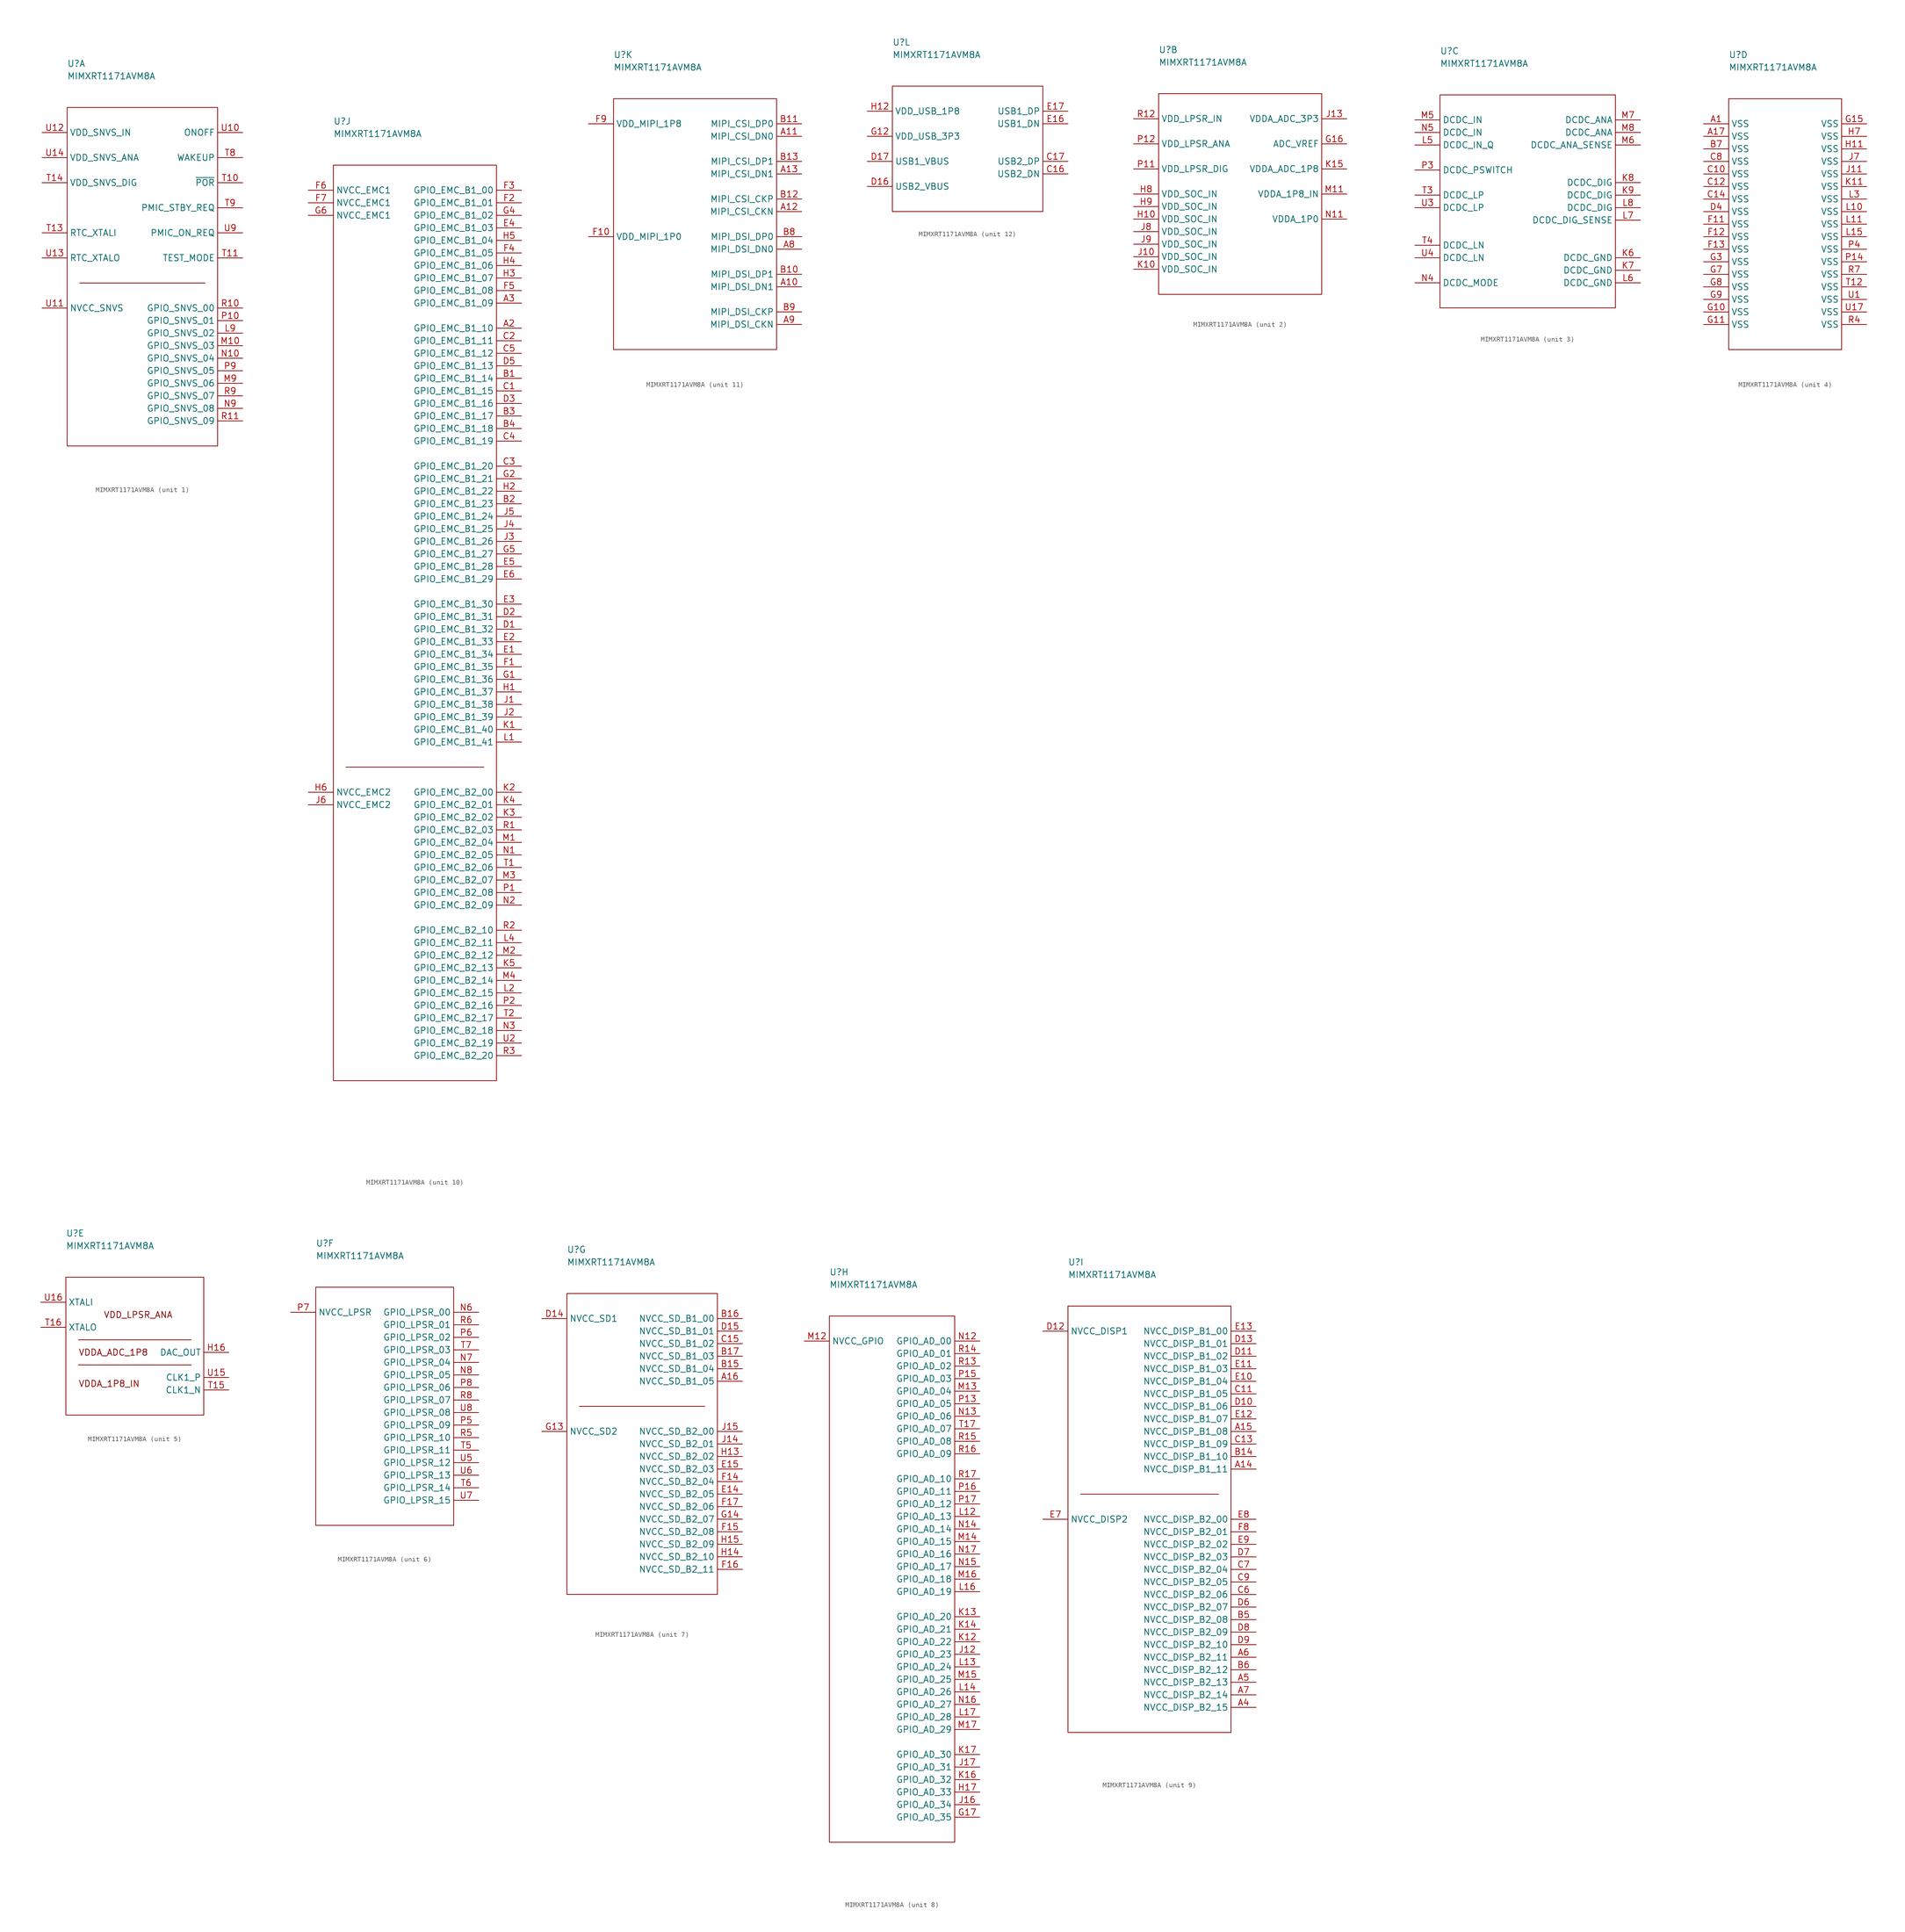
<source format=kicad_sym>
(kicad_symbol_lib
  (version 20211014)
  (generator kicad_symbol_editor)
  (symbol "MIMXRT1171AVM8A"
    (property "Reference" "U"
      (at 0 8.89 0)
      (effects (font (size 1.27 1.27)) (justify left)))
    (property "Value" "MIMXRT1171AVM8A"
      (at 0 6.35 0)
      (effects (font (size 1.27 1.27)) (justify left)))
    (symbol "MIMXRT1171AVM8A_1_1"
      (polyline (pts (xy 2.54 -35.56) (xy 27.94 -35.56)) (stroke (width 0.152) (type default) (color 0 0 0 0)) (fill (type none)))
      (rectangle (start 0 0) (end 30.48 -68.58) (stroke (width 0.152) (type default) (color 0 0 0 0)) (fill (type none)))
      (pin passive line (at 35.56 -45.72 180) (length 5.08) (name "GPIO_SNVS_02" (effects (font (size 1.27 1.27)))) (number "L9" (effects (font (size 1.27 1.27)))))
      (pin passive line (at 35.56 -48.26 180) (length 5.08) (name "GPIO_SNVS_03" (effects (font (size 1.27 1.27)))) (number "M10" (effects (font (size 1.27 1.27)))))
      (pin passive line (at 35.56 -55.88 180) (length 5.08) (name "GPIO_SNVS_06" (effects (font (size 1.27 1.27)))) (number "M9" (effects (font (size 1.27 1.27)))))
      (pin passive line (at 35.56 -50.8 180) (length 5.08) (name "GPIO_SNVS_04" (effects (font (size 1.27 1.27)))) (number "N10" (effects (font (size 1.27 1.27)))))
      (pin passive line (at 35.56 -60.96 180) (length 5.08) (name "GPIO_SNVS_08" (effects (font (size 1.27 1.27)))) (number "N9" (effects (font (size 1.27 1.27)))))
      (pin passive line (at 35.56 -43.18 180) (length 5.08) (name "GPIO_SNVS_01" (effects (font (size 1.27 1.27)))) (number "P10" (effects (font (size 1.27 1.27)))))
      (pin passive line (at 35.56 -53.34 180) (length 5.08) (name "GPIO_SNVS_05" (effects (font (size 1.27 1.27)))) (number "P9" (effects (font (size 1.27 1.27)))))
      (pin passive line (at 35.56 -40.64 180) (length 5.08) (name "GPIO_SNVS_00" (effects (font (size 1.27 1.27)))) (number "R10" (effects (font (size 1.27 1.27)))))
      (pin passive line (at 35.56 -63.5 180) (length 5.08) (name "GPIO_SNVS_09" (effects (font (size 1.27 1.27)))) (number "R11" (effects (font (size 1.27 1.27)))))
      (pin passive line (at 35.56 -58.42 180) (length 5.08) (name "GPIO_SNVS_07" (effects (font (size 1.27 1.27)))) (number "R9" (effects (font (size 1.27 1.27)))))
      (pin passive line (at 35.56 -15.24 180) (length 5.08) (name "~{POR}" (effects (font (size 1.27 1.27)))) (number "T10" (effects (font (size 1.27 1.27)))))
      (pin passive line (at 35.56 -30.48 180) (length 5.08) (name "TEST_MODE" (effects (font (size 1.27 1.27)))) (number "T11" (effects (font (size 1.27 1.27)))))
      (pin passive line (at -5.08 -25.4 0) (length 5.08) (name "RTC_XTALI" (effects (font (size 1.27 1.27)))) (number "T13" (effects (font (size 1.27 1.27)))))
      (pin passive line (at -5.08 -15.24 0) (length 5.08) (name "VDD_SNVS_DIG" (effects (font (size 1.27 1.27)))) (number "T14" (effects (font (size 1.27 1.27)))))
      (pin passive line (at 35.56 -10.16 180) (length 5.08) (name "WAKEUP" (effects (font (size 1.27 1.27)))) (number "T8" (effects (font (size 1.27 1.27)))))
      (pin passive line (at 35.56 -20.32 180) (length 5.08) (name "PMIC_STBY_REQ" (effects (font (size 1.27 1.27)))) (number "T9" (effects (font (size 1.27 1.27)))))
      (pin passive line (at 35.56 -5.08 180) (length 5.08) (name "ONOFF" (effects (font (size 1.27 1.27)))) (number "U10" (effects (font (size 1.27 1.27)))))
      (pin passive line (at -5.08 -40.64 0) (length 5.08) (name "NVCC_SNVS" (effects (font (size 1.27 1.27)))) (number "U11" (effects (font (size 1.27 1.27)))))
      (pin passive line (at -5.08 -5.08 0) (length 5.08) (name "VDD_SNVS_IN" (effects (font (size 1.27 1.27)))) (number "U12" (effects (font (size 1.27 1.27)))))
      (pin passive line (at -5.08 -30.48 0) (length 5.08) (name "RTC_XTALO" (effects (font (size 1.27 1.27)))) (number "U13" (effects (font (size 1.27 1.27)))))
      (pin passive line (at -5.08 -10.16 0) (length 5.08) (name "VDD_SNVS_ANA" (effects (font (size 1.27 1.27)))) (number "U14" (effects (font (size 1.27 1.27)))))
      (pin passive line (at 35.56 -25.4 180) (length 5.08) (name "PMIC_ON_REQ" (effects (font (size 1.27 1.27)))) (number "U9" (effects (font (size 1.27 1.27))))))
    (symbol "MIMXRT1171AVM8A_2_1"
      (rectangle (start 0 0) (end 33.02 -40.64) (stroke (width 0.152) (type default) (color 0 0 0 0)) (fill (type none)))
      (pin passive line (at 38.1 -10.16 180) (length 5.08) (name "ADC_VREF" (effects (font (size 1.27 1.27)))) (number "G16" (effects (font (size 1.27 1.27)))))
      (pin passive line (at -5.08 -25.4 0) (length 5.08) (name "VDD_SOC_IN" (effects (font (size 1.27 1.27)))) (number "H10" (effects (font (size 1.27 1.27)))))
      (pin passive line (at -5.08 -20.32 0) (length 5.08) (name "VDD_SOC_IN" (effects (font (size 1.27 1.27)))) (number "H8" (effects (font (size 1.27 1.27)))))
      (pin passive line (at -5.08 -22.86 0) (length 5.08) (name "VDD_SOC_IN" (effects (font (size 1.27 1.27)))) (number "H9" (effects (font (size 1.27 1.27)))))
      (pin passive line (at -5.08 -33.02 0) (length 5.08) (name "VDD_SOC_IN" (effects (font (size 1.27 1.27)))) (number "J10" (effects (font (size 1.27 1.27)))))
      (pin passive line (at 38.1 -5.08 180) (length 5.08) (name "VDDA_ADC_3P3" (effects (font (size 1.27 1.27)))) (number "J13" (effects (font (size 1.27 1.27)))))
      (pin passive line (at -5.08 -27.94 0) (length 5.08) (name "VDD_SOC_IN" (effects (font (size 1.27 1.27)))) (number "J8" (effects (font (size 1.27 1.27)))))
      (pin passive line (at -5.08 -30.48 0) (length 5.08) (name "VDD_SOC_IN" (effects (font (size 1.27 1.27)))) (number "J9" (effects (font (size 1.27 1.27)))))
      (pin passive line (at -5.08 -35.56 0) (length 5.08) (name "VDD_SOC_IN" (effects (font (size 1.27 1.27)))) (number "K10" (effects (font (size 1.27 1.27)))))
      (pin passive line (at 38.1 -15.24 180) (length 5.08) (name "VDDA_ADC_1P8" (effects (font (size 1.27 1.27)))) (number "K15" (effects (font (size 1.27 1.27)))))
      (pin passive line (at 38.1 -20.32 180) (length 5.08) (name "VDDA_1P8_IN" (effects (font (size 1.27 1.27)))) (number "M11" (effects (font (size 1.27 1.27)))))
      (pin passive line (at 38.1 -25.4 180) (length 5.08) (name "VDDA_1P0" (effects (font (size 1.27 1.27)))) (number "N11" (effects (font (size 1.27 1.27)))))
      (pin passive line (at -5.08 -15.24 0) (length 5.08) (name "VDD_LPSR_DIG" (effects (font (size 1.27 1.27)))) (number "P11" (effects (font (size 1.27 1.27)))))
      (pin passive line (at -5.08 -10.16 0) (length 5.08) (name "VDD_LPSR_ANA" (effects (font (size 1.27 1.27)))) (number "P12" (effects (font (size 1.27 1.27)))))
      (pin passive line (at -5.08 -5.08 0) (length 5.08) (name "VDD_LPSR_IN" (effects (font (size 1.27 1.27)))) (number "R12" (effects (font (size 1.27 1.27))))))
    (symbol "MIMXRT1171AVM8A_3_1"
      (rectangle (start 0 0) (end 35.56 -43.18) (stroke (width 0.152) (type default) (color 0 0 0 0)) (fill (type none)))
      (pin passive line (at 40.64 -33.02 180) (length 5.08) (name "DCDC_GND" (effects (font (size 1.27 1.27)))) (number "K6" (effects (font (size 1.27 1.27)))))
      (pin passive line (at 40.64 -35.56 180) (length 5.08) (name "DCDC_GND" (effects (font (size 1.27 1.27)))) (number "K7" (effects (font (size 1.27 1.27)))))
      (pin passive line (at 40.64 -17.78 180) (length 5.08) (name "DCDC_DIG" (effects (font (size 1.27 1.27)))) (number "K8" (effects (font (size 1.27 1.27)))))
      (pin passive line (at 40.64 -20.32 180) (length 5.08) (name "DCDC_DIG" (effects (font (size 1.27 1.27)))) (number "K9" (effects (font (size 1.27 1.27)))))
      (pin passive line (at -5.08 -10.16 0) (length 5.08) (name "DCDC_IN_Q" (effects (font (size 1.27 1.27)))) (number "L5" (effects (font (size 1.27 1.27)))))
      (pin passive line (at 40.64 -38.1 180) (length 5.08) (name "DCDC_GND" (effects (font (size 1.27 1.27)))) (number "L6" (effects (font (size 1.27 1.27)))))
      (pin passive line (at 40.64 -25.4 180) (length 5.08) (name "DCDC_DIG_SENSE" (effects (font (size 1.27 1.27)))) (number "L7" (effects (font (size 1.27 1.27)))))
      (pin passive line (at 40.64 -22.86 180) (length 5.08) (name "DCDC_DIG" (effects (font (size 1.27 1.27)))) (number "L8" (effects (font (size 1.27 1.27)))))
      (pin passive line (at -5.08 -5.08 0) (length 5.08) (name "DCDC_IN" (effects (font (size 1.27 1.27)))) (number "M5" (effects (font (size 1.27 1.27)))))
      (pin passive line (at 40.64 -10.16 180) (length 5.08) (name "DCDC_ANA_SENSE" (effects (font (size 1.27 1.27)))) (number "M6" (effects (font (size 1.27 1.27)))))
      (pin passive line (at 40.64 -5.08 180) (length 5.08) (name "DCDC_ANA" (effects (font (size 1.27 1.27)))) (number "M7" (effects (font (size 1.27 1.27)))))
      (pin passive line (at 40.64 -7.62 180) (length 5.08) (name "DCDC_ANA" (effects (font (size 1.27 1.27)))) (number "M8" (effects (font (size 1.27 1.27)))))
      (pin passive line (at -5.08 -38.1 0) (length 5.08) (name "DCDC_MODE" (effects (font (size 1.27 1.27)))) (number "N4" (effects (font (size 1.27 1.27)))))
      (pin passive line (at -5.08 -7.62 0) (length 5.08) (name "DCDC_IN" (effects (font (size 1.27 1.27)))) (number "N5" (effects (font (size 1.27 1.27)))))
      (pin passive line (at -5.08 -15.24 0) (length 5.08) (name "DCDC_PSWITCH" (effects (font (size 1.27 1.27)))) (number "P3" (effects (font (size 1.27 1.27)))))
      (pin passive line (at -5.08 -20.32 0) (length 5.08) (name "DCDC_LP" (effects (font (size 1.27 1.27)))) (number "T3" (effects (font (size 1.27 1.27)))))
      (pin passive line (at -5.08 -30.48 0) (length 5.08) (name "DCDC_LN" (effects (font (size 1.27 1.27)))) (number "T4" (effects (font (size 1.27 1.27)))))
      (pin passive line (at -5.08 -22.86 0) (length 5.08) (name "DCDC_LP" (effects (font (size 1.27 1.27)))) (number "U3" (effects (font (size 1.27 1.27)))))
      (pin passive line (at -5.08 -33.02 0) (length 5.08) (name "DCDC_LN" (effects (font (size 1.27 1.27)))) (number "U4" (effects (font (size 1.27 1.27))))))
    (symbol "MIMXRT1171AVM8A_4_1"
      (rectangle (start 0 0) (end 22.86 -50.8) (stroke (width 0.152) (type default) (color 0 0 0 0)) (fill (type none)))
      (pin passive line (at -5.08 -5.08 0) (length 5.08) (name "VSS" (effects (font (size 1.27 1.27)))) (number "A1" (effects (font (size 1.27 1.27)))))
      (pin passive line (at -5.08 -7.62 0) (length 5.08) (name "VSS" (effects (font (size 1.27 1.27)))) (number "A17" (effects (font (size 1.27 1.27)))))
      (pin passive line (at -5.08 -10.16 0) (length 5.08) (name "VSS" (effects (font (size 1.27 1.27)))) (number "B7" (effects (font (size 1.27 1.27)))))
      (pin passive line (at -5.08 -15.24 0) (length 5.08) (name "VSS" (effects (font (size 1.27 1.27)))) (number "C10" (effects (font (size 1.27 1.27)))))
      (pin passive line (at -5.08 -17.78 0) (length 5.08) (name "VSS" (effects (font (size 1.27 1.27)))) (number "C12" (effects (font (size 1.27 1.27)))))
      (pin passive line (at -5.08 -20.32 0) (length 5.08) (name "VSS" (effects (font (size 1.27 1.27)))) (number "C14" (effects (font (size 1.27 1.27)))))
      (pin passive line (at -5.08 -12.7 0) (length 5.08) (name "VSS" (effects (font (size 1.27 1.27)))) (number "C8" (effects (font (size 1.27 1.27)))))
      (pin passive line (at -5.08 -22.86 0) (length 5.08) (name "VSS" (effects (font (size 1.27 1.27)))) (number "D4" (effects (font (size 1.27 1.27)))))
      (pin passive line (at -5.08 -25.4 0) (length 5.08) (name "VSS" (effects (font (size 1.27 1.27)))) (number "F11" (effects (font (size 1.27 1.27)))))
      (pin passive line (at -5.08 -27.94 0) (length 5.08) (name "VSS" (effects (font (size 1.27 1.27)))) (number "F12" (effects (font (size 1.27 1.27)))))
      (pin passive line (at -5.08 -30.48 0) (length 5.08) (name "VSS" (effects (font (size 1.27 1.27)))) (number "F13" (effects (font (size 1.27 1.27)))))
      (pin passive line (at -5.08 -43.18 0) (length 5.08) (name "VSS" (effects (font (size 1.27 1.27)))) (number "G10" (effects (font (size 1.27 1.27)))))
      (pin passive line (at -5.08 -45.72 0) (length 5.08) (name "VSS" (effects (font (size 1.27 1.27)))) (number "G11" (effects (font (size 1.27 1.27)))))
      (pin passive line (at 27.94 -5.08 180) (length 5.08) (name "VSS" (effects (font (size 1.27 1.27)))) (number "G15" (effects (font (size 1.27 1.27)))))
      (pin passive line (at -5.08 -33.02 0) (length 5.08) (name "VSS" (effects (font (size 1.27 1.27)))) (number "G3" (effects (font (size 1.27 1.27)))))
      (pin passive line (at -5.08 -35.56 0) (length 5.08) (name "VSS" (effects (font (size 1.27 1.27)))) (number "G7" (effects (font (size 1.27 1.27)))))
      (pin passive line (at -5.08 -38.1 0) (length 5.08) (name "VSS" (effects (font (size 1.27 1.27)))) (number "G8" (effects (font (size 1.27 1.27)))))
      (pin passive line (at -5.08 -40.64 0) (length 5.08) (name "VSS" (effects (font (size 1.27 1.27)))) (number "G9" (effects (font (size 1.27 1.27)))))
      (pin passive line (at 27.94 -10.16 180) (length 5.08) (name "VSS" (effects (font (size 1.27 1.27)))) (number "H11" (effects (font (size 1.27 1.27)))))
      (pin passive line (at 27.94 -7.62 180) (length 5.08) (name "VSS" (effects (font (size 1.27 1.27)))) (number "H7" (effects (font (size 1.27 1.27)))))
      (pin passive line (at 27.94 -15.24 180) (length 5.08) (name "VSS" (effects (font (size 1.27 1.27)))) (number "J11" (effects (font (size 1.27 1.27)))))
      (pin passive line (at 27.94 -12.7 180) (length 5.08) (name "VSS" (effects (font (size 1.27 1.27)))) (number "J7" (effects (font (size 1.27 1.27)))))
      (pin passive line (at 27.94 -17.78 180) (length 5.08) (name "VSS" (effects (font (size 1.27 1.27)))) (number "K11" (effects (font (size 1.27 1.27)))))
      (pin passive line (at 27.94 -22.86 180) (length 5.08) (name "VSS" (effects (font (size 1.27 1.27)))) (number "L10" (effects (font (size 1.27 1.27)))))
      (pin passive line (at 27.94 -25.4 180) (length 5.08) (name "VSS" (effects (font (size 1.27 1.27)))) (number "L11" (effects (font (size 1.27 1.27)))))
      (pin passive line (at 27.94 -27.94 180) (length 5.08) (name "VSS" (effects (font (size 1.27 1.27)))) (number "L15" (effects (font (size 1.27 1.27)))))
      (pin passive line (at 27.94 -20.32 180) (length 5.08) (name "VSS" (effects (font (size 1.27 1.27)))) (number "L3" (effects (font (size 1.27 1.27)))))
      (pin passive line (at 27.94 -33.02 180) (length 5.08) (name "VSS" (effects (font (size 1.27 1.27)))) (number "P14" (effects (font (size 1.27 1.27)))))
      (pin passive line (at 27.94 -30.48 180) (length 5.08) (name "VSS" (effects (font (size 1.27 1.27)))) (number "P4" (effects (font (size 1.27 1.27)))))
      (pin passive line (at 27.94 -45.72 180) (length 5.08) (name "VSS" (effects (font (size 1.27 1.27)))) (number "R4" (effects (font (size 1.27 1.27)))))
      (pin passive line (at 27.94 -35.56 180) (length 5.08) (name "VSS" (effects (font (size 1.27 1.27)))) (number "R7" (effects (font (size 1.27 1.27)))))
      (pin passive line (at 27.94 -38.1 180) (length 5.08) (name "VSS" (effects (font (size 1.27 1.27)))) (number "T12" (effects (font (size 1.27 1.27)))))
      (pin passive line (at 27.94 -40.64 180) (length 5.08) (name "VSS" (effects (font (size 1.27 1.27)))) (number "U1" (effects (font (size 1.27 1.27)))))
      (pin passive line (at 27.94 -43.18 180) (length 5.08) (name "VSS" (effects (font (size 1.27 1.27)))) (number "U17" (effects (font (size 1.27 1.27))))))
    (symbol "MIMXRT1171AVM8A_5_1"
      (polyline (pts (xy 2.54 -17.78) (xy 25.4 -17.78)) (stroke (width 0.152) (type default) (color 0 0 0 0)) (fill (type none)))
      (polyline (pts (xy 2.54 -12.7) (xy 25.4 -12.7)) (stroke (width 0.152) (type default) (color 0 0 0 0)) (fill (type none)))
      (rectangle (start 0 0) (end 27.94 -27.94) (stroke (width 0.152) (type default) (color 0 0 0 0)) (fill (type none)))
      (text "VDD_LPSR_ANA" (at 7.62 -7.62 0) (effects (font (size 1.27 1.27)) (justify left)))
      (text "VDDA_1P8_IN" (at 2.54 -21.59 0) (effects (font (size 1.27 1.27)) (justify left)))
      (text "VDDA_ADC_1P8" (at 2.54 -15.24 0) (effects (font (size 1.27 1.27)) (justify left)))
      (pin passive line (at 33.02 -15.24 180) (length 5.08) (name "DAC_OUT" (effects (font (size 1.27 1.27)))) (number "H16" (effects (font (size 1.27 1.27)))))
      (pin passive line (at 33.02 -22.86 180) (length 5.08) (name "CLK1_N" (effects (font (size 1.27 1.27)))) (number "T15" (effects (font (size 1.27 1.27)))))
      (pin passive line (at -5.08 -10.16 0) (length 5.08) (name "XTALO" (effects (font (size 1.27 1.27)))) (number "T16" (effects (font (size 1.27 1.27)))))
      (pin passive line (at 33.02 -20.32 180) (length 5.08) (name "CLK1_P" (effects (font (size 1.27 1.27)))) (number "U15" (effects (font (size 1.27 1.27)))))
      (pin passive line (at -5.08 -5.08 0) (length 5.08) (name "XTALI" (effects (font (size 1.27 1.27)))) (number "U16" (effects (font (size 1.27 1.27))))))
    (symbol "MIMXRT1171AVM8A_6_1"
      (rectangle (start 0 0) (end 27.94 -48.26) (stroke (width 0.152) (type default) (color 0 0 0 0)) (fill (type none)))
      (pin passive line (at 33.02 -5.08 180) (length 5.08) (name "GPIO_LPSR_00" (effects (font (size 1.27 1.27)))) (number "N6" (effects (font (size 1.27 1.27)))))
      (pin passive line (at 33.02 -15.24 180) (length 5.08) (name "GPIO_LPSR_04" (effects (font (size 1.27 1.27)))) (number "N7" (effects (font (size 1.27 1.27)))))
      (pin passive line (at 33.02 -17.78 180) (length 5.08) (name "GPIO_LPSR_05" (effects (font (size 1.27 1.27)))) (number "N8" (effects (font (size 1.27 1.27)))))
      (pin passive line (at 33.02 -27.94 180) (length 5.08) (name "GPIO_LPSR_09" (effects (font (size 1.27 1.27)))) (number "P5" (effects (font (size 1.27 1.27)))))
      (pin passive line (at 33.02 -10.16 180) (length 5.08) (name "GPIO_LPSR_02" (effects (font (size 1.27 1.27)))) (number "P6" (effects (font (size 1.27 1.27)))))
      (pin passive line (at -5.08 -5.08 0) (length 5.08) (name "NVCC_LPSR" (effects (font (size 1.27 1.27)))) (number "P7" (effects (font (size 1.27 1.27)))))
      (pin passive line (at 33.02 -20.32 180) (length 5.08) (name "GPIO_LPSR_06" (effects (font (size 1.27 1.27)))) (number "P8" (effects (font (size 1.27 1.27)))))
      (pin passive line (at 33.02 -30.48 180) (length 5.08) (name "GPIO_LPSR_10" (effects (font (size 1.27 1.27)))) (number "R5" (effects (font (size 1.27 1.27)))))
      (pin passive line (at 33.02 -7.62 180) (length 5.08) (name "GPIO_LPSR_01" (effects (font (size 1.27 1.27)))) (number "R6" (effects (font (size 1.27 1.27)))))
      (pin passive line (at 33.02 -22.86 180) (length 5.08) (name "GPIO_LPSR_07" (effects (font (size 1.27 1.27)))) (number "R8" (effects (font (size 1.27 1.27)))))
      (pin passive line (at 33.02 -33.02 180) (length 5.08) (name "GPIO_LPSR_11" (effects (font (size 1.27 1.27)))) (number "T5" (effects (font (size 1.27 1.27)))))
      (pin passive line (at 33.02 -40.64 180) (length 5.08) (name "GPIO_LPSR_14" (effects (font (size 1.27 1.27)))) (number "T6" (effects (font (size 1.27 1.27)))))
      (pin passive line (at 33.02 -12.7 180) (length 5.08) (name "GPIO_LPSR_03" (effects (font (size 1.27 1.27)))) (number "T7" (effects (font (size 1.27 1.27)))))
      (pin passive line (at 33.02 -35.56 180) (length 5.08) (name "GPIO_LPSR_12" (effects (font (size 1.27 1.27)))) (number "U5" (effects (font (size 1.27 1.27)))))
      (pin passive line (at 33.02 -38.1 180) (length 5.08) (name "GPIO_LPSR_13" (effects (font (size 1.27 1.27)))) (number "U6" (effects (font (size 1.27 1.27)))))
      (pin passive line (at 33.02 -43.18 180) (length 5.08) (name "GPIO_LPSR_15" (effects (font (size 1.27 1.27)))) (number "U7" (effects (font (size 1.27 1.27)))))
      (pin passive line (at 33.02 -25.4 180) (length 5.08) (name "GPIO_LPSR_08" (effects (font (size 1.27 1.27)))) (number "U8" (effects (font (size 1.27 1.27))))))
    (symbol "MIMXRT1171AVM8A_7_1"
      (polyline (pts (xy 2.54 -22.86) (xy 27.94 -22.86)) (stroke (width 0.152) (type default) (color 0 0 0 0)) (fill (type none)))
      (rectangle (start 0 0) (end 30.48 -60.96) (stroke (width 0.152) (type default) (color 0 0 0 0)) (fill (type none)))
      (pin passive line (at 35.56 -17.78 180) (length 5.08) (name "NVCC_SD_B1_05" (effects (font (size 1.27 1.27)))) (number "A16" (effects (font (size 1.27 1.27)))))
      (pin passive line (at 35.56 -15.24 180) (length 5.08) (name "NVCC_SD_B1_04" (effects (font (size 1.27 1.27)))) (number "B15" (effects (font (size 1.27 1.27)))))
      (pin passive line (at 35.56 -5.08 180) (length 5.08) (name "NVCC_SD_B1_00" (effects (font (size 1.27 1.27)))) (number "B16" (effects (font (size 1.27 1.27)))))
      (pin passive line (at 35.56 -12.7 180) (length 5.08) (name "NVCC_SD_B1_03" (effects (font (size 1.27 1.27)))) (number "B17" (effects (font (size 1.27 1.27)))))
      (pin passive line (at 35.56 -10.16 180) (length 5.08) (name "NVCC_SD_B1_02" (effects (font (size 1.27 1.27)))) (number "C15" (effects (font (size 1.27 1.27)))))
      (pin passive line (at -5.08 -5.08 0) (length 5.08) (name "NVCC_SD1" (effects (font (size 1.27 1.27)))) (number "D14" (effects (font (size 1.27 1.27)))))
      (pin passive line (at 35.56 -7.62 180) (length 5.08) (name "NVCC_SD_B1_01" (effects (font (size 1.27 1.27)))) (number "D15" (effects (font (size 1.27 1.27)))))
      (pin passive line (at 35.56 -40.64 180) (length 5.08) (name "NVCC_SD_B2_05" (effects (font (size 1.27 1.27)))) (number "E14" (effects (font (size 1.27 1.27)))))
      (pin passive line (at 35.56 -35.56 180) (length 5.08) (name "NVCC_SD_B2_03" (effects (font (size 1.27 1.27)))) (number "E15" (effects (font (size 1.27 1.27)))))
      (pin passive line (at 35.56 -38.1 180) (length 5.08) (name "NVCC_SD_B2_04" (effects (font (size 1.27 1.27)))) (number "F14" (effects (font (size 1.27 1.27)))))
      (pin passive line (at 35.56 -48.26 180) (length 5.08) (name "NVCC_SD_B2_08" (effects (font (size 1.27 1.27)))) (number "F15" (effects (font (size 1.27 1.27)))))
      (pin passive line (at 35.56 -55.88 180) (length 5.08) (name "NVCC_SD_B2_11" (effects (font (size 1.27 1.27)))) (number "F16" (effects (font (size 1.27 1.27)))))
      (pin passive line (at 35.56 -43.18 180) (length 5.08) (name "NVCC_SD_B2_06" (effects (font (size 1.27 1.27)))) (number "F17" (effects (font (size 1.27 1.27)))))
      (pin passive line (at -5.08 -27.94 0) (length 5.08) (name "NVCC_SD2" (effects (font (size 1.27 1.27)))) (number "G13" (effects (font (size 1.27 1.27)))))
      (pin passive line (at 35.56 -45.72 180) (length 5.08) (name "NVCC_SD_B2_07" (effects (font (size 1.27 1.27)))) (number "G14" (effects (font (size 1.27 1.27)))))
      (pin passive line (at 35.56 -33.02 180) (length 5.08) (name "NVCC_SD_B2_02" (effects (font (size 1.27 1.27)))) (number "H13" (effects (font (size 1.27 1.27)))))
      (pin passive line (at 35.56 -53.34 180) (length 5.08) (name "NVCC_SD_B2_10" (effects (font (size 1.27 1.27)))) (number "H14" (effects (font (size 1.27 1.27)))))
      (pin passive line (at 35.56 -50.8 180) (length 5.08) (name "NVCC_SD_B2_09" (effects (font (size 1.27 1.27)))) (number "H15" (effects (font (size 1.27 1.27)))))
      (pin passive line (at 35.56 -30.48 180) (length 5.08) (name "NVCC_SD_B2_01" (effects (font (size 1.27 1.27)))) (number "J14" (effects (font (size 1.27 1.27)))))
      (pin passive line (at 35.56 -27.94 180) (length 5.08) (name "NVCC_SD_B2_00" (effects (font (size 1.27 1.27)))) (number "J15" (effects (font (size 1.27 1.27))))))
    (symbol "MIMXRT1171AVM8A_8_1"
      (rectangle (start 0 0) (end 25.4 -106.68) (stroke (width 0.152) (type default) (color 0 0 0 0)) (fill (type none)))
      (pin passive line (at 30.48 -101.6 180) (length 5.08) (name "GPIO_AD_35" (effects (font (size 1.27 1.27)))) (number "G17" (effects (font (size 1.27 1.27)))))
      (pin passive line (at 30.48 -96.52 180) (length 5.08) (name "GPIO_AD_33" (effects (font (size 1.27 1.27)))) (number "H17" (effects (font (size 1.27 1.27)))))
      (pin passive line (at 30.48 -68.58 180) (length 5.08) (name "GPIO_AD_23" (effects (font (size 1.27 1.27)))) (number "J12" (effects (font (size 1.27 1.27)))))
      (pin passive line (at 30.48 -99.06 180) (length 5.08) (name "GPIO_AD_34" (effects (font (size 1.27 1.27)))) (number "J16" (effects (font (size 1.27 1.27)))))
      (pin passive line (at 30.48 -91.44 180) (length 5.08) (name "GPIO_AD_31" (effects (font (size 1.27 1.27)))) (number "J17" (effects (font (size 1.27 1.27)))))
      (pin passive line (at 30.48 -66.04 180) (length 5.08) (name "GPIO_AD_22" (effects (font (size 1.27 1.27)))) (number "K12" (effects (font (size 1.27 1.27)))))
      (pin passive line (at 30.48 -60.96 180) (length 5.08) (name "GPIO_AD_20" (effects (font (size 1.27 1.27)))) (number "K13" (effects (font (size 1.27 1.27)))))
      (pin passive line (at 30.48 -63.5 180) (length 5.08) (name "GPIO_AD_21" (effects (font (size 1.27 1.27)))) (number "K14" (effects (font (size 1.27 1.27)))))
      (pin passive line (at 30.48 -93.98 180) (length 5.08) (name "GPIO_AD_32" (effects (font (size 1.27 1.27)))) (number "K16" (effects (font (size 1.27 1.27)))))
      (pin passive line (at 30.48 -88.9 180) (length 5.08) (name "GPIO_AD_30" (effects (font (size 1.27 1.27)))) (number "K17" (effects (font (size 1.27 1.27)))))
      (pin passive line (at 30.48 -40.64 180) (length 5.08) (name "GPIO_AD_13" (effects (font (size 1.27 1.27)))) (number "L12" (effects (font (size 1.27 1.27)))))
      (pin passive line (at 30.48 -71.12 180) (length 5.08) (name "GPIO_AD_24" (effects (font (size 1.27 1.27)))) (number "L13" (effects (font (size 1.27 1.27)))))
      (pin passive line (at 30.48 -76.2 180) (length 5.08) (name "GPIO_AD_26" (effects (font (size 1.27 1.27)))) (number "L14" (effects (font (size 1.27 1.27)))))
      (pin passive line (at 30.48 -55.88 180) (length 5.08) (name "GPIO_AD_19" (effects (font (size 1.27 1.27)))) (number "L16" (effects (font (size 1.27 1.27)))))
      (pin passive line (at 30.48 -81.28 180) (length 5.08) (name "GPIO_AD_28" (effects (font (size 1.27 1.27)))) (number "L17" (effects (font (size 1.27 1.27)))))
      (pin passive line (at -5.08 -5.08 0) (length 5.08) (name "NVCC_GPIO" (effects (font (size 1.27 1.27)))) (number "M12" (effects (font (size 1.27 1.27)))))
      (pin passive line (at 30.48 -15.24 180) (length 5.08) (name "GPIO_AD_04" (effects (font (size 1.27 1.27)))) (number "M13" (effects (font (size 1.27 1.27)))))
      (pin passive line (at 30.48 -45.72 180) (length 5.08) (name "GPIO_AD_15" (effects (font (size 1.27 1.27)))) (number "M14" (effects (font (size 1.27 1.27)))))
      (pin passive line (at 30.48 -73.66 180) (length 5.08) (name "GPIO_AD_25" (effects (font (size 1.27 1.27)))) (number "M15" (effects (font (size 1.27 1.27)))))
      (pin passive line (at 30.48 -53.34 180) (length 5.08) (name "GPIO_AD_18" (effects (font (size 1.27 1.27)))) (number "M16" (effects (font (size 1.27 1.27)))))
      (pin passive line (at 30.48 -83.82 180) (length 5.08) (name "GPIO_AD_29" (effects (font (size 1.27 1.27)))) (number "M17" (effects (font (size 1.27 1.27)))))
      (pin passive line (at 30.48 -5.08 180) (length 5.08) (name "GPIO_AD_00" (effects (font (size 1.27 1.27)))) (number "N12" (effects (font (size 1.27 1.27)))))
      (pin passive line (at 30.48 -20.32 180) (length 5.08) (name "GPIO_AD_06" (effects (font (size 1.27 1.27)))) (number "N13" (effects (font (size 1.27 1.27)))))
      (pin passive line (at 30.48 -43.18 180) (length 5.08) (name "GPIO_AD_14" (effects (font (size 1.27 1.27)))) (number "N14" (effects (font (size 1.27 1.27)))))
      (pin passive line (at 30.48 -50.8 180) (length 5.08) (name "GPIO_AD_17" (effects (font (size 1.27 1.27)))) (number "N15" (effects (font (size 1.27 1.27)))))
      (pin passive line (at 30.48 -78.74 180) (length 5.08) (name "GPIO_AD_27" (effects (font (size 1.27 1.27)))) (number "N16" (effects (font (size 1.27 1.27)))))
      (pin passive line (at 30.48 -48.26 180) (length 5.08) (name "GPIO_AD_16" (effects (font (size 1.27 1.27)))) (number "N17" (effects (font (size 1.27 1.27)))))
      (pin passive line (at 30.48 -17.78 180) (length 5.08) (name "GPIO_AD_05" (effects (font (size 1.27 1.27)))) (number "P13" (effects (font (size 1.27 1.27)))))
      (pin passive line (at 30.48 -12.7 180) (length 5.08) (name "GPIO_AD_03" (effects (font (size 1.27 1.27)))) (number "P15" (effects (font (size 1.27 1.27)))))
      (pin passive line (at 30.48 -35.56 180) (length 5.08) (name "GPIO_AD_11" (effects (font (size 1.27 1.27)))) (number "P16" (effects (font (size 1.27 1.27)))))
      (pin passive line (at 30.48 -38.1 180) (length 5.08) (name "GPIO_AD_12" (effects (font (size 1.27 1.27)))) (number "P17" (effects (font (size 1.27 1.27)))))
      (pin passive line (at 30.48 -10.16 180) (length 5.08) (name "GPIO_AD_02" (effects (font (size 1.27 1.27)))) (number "R13" (effects (font (size 1.27 1.27)))))
      (pin passive line (at 30.48 -7.62 180) (length 5.08) (name "GPIO_AD_01" (effects (font (size 1.27 1.27)))) (number "R14" (effects (font (size 1.27 1.27)))))
      (pin passive line (at 30.48 -25.4 180) (length 5.08) (name "GPIO_AD_08" (effects (font (size 1.27 1.27)))) (number "R15" (effects (font (size 1.27 1.27)))))
      (pin passive line (at 30.48 -27.94 180) (length 5.08) (name "GPIO_AD_09" (effects (font (size 1.27 1.27)))) (number "R16" (effects (font (size 1.27 1.27)))))
      (pin passive line (at 30.48 -33.02 180) (length 5.08) (name "GPIO_AD_10" (effects (font (size 1.27 1.27)))) (number "R17" (effects (font (size 1.27 1.27)))))
      (pin passive line (at 30.48 -22.86 180) (length 5.08) (name "GPIO_AD_07" (effects (font (size 1.27 1.27)))) (number "T17" (effects (font (size 1.27 1.27))))))
    (symbol "MIMXRT1171AVM8A_9_1"
      (polyline (pts (xy 2.54 -38.1) (xy 30.48 -38.1)) (stroke (width 0.152) (type default) (color 0 0 0 0)) (fill (type none)))
      (rectangle (start 0 0) (end 33.02 -86.36) (stroke (width 0.152) (type default) (color 0 0 0 0)) (fill (type none)))
      (pin passive line (at 38.1 -33.02 180) (length 5.08) (name "NVCC_DISP_B1_11" (effects (font (size 1.27 1.27)))) (number "A14" (effects (font (size 1.27 1.27)))))
      (pin passive line (at 38.1 -25.4 180) (length 5.08) (name "NVCC_DISP_B1_08" (effects (font (size 1.27 1.27)))) (number "A15" (effects (font (size 1.27 1.27)))))
      (pin passive line (at 38.1 -81.28 180) (length 5.08) (name "NVCC_DISP_B2_15" (effects (font (size 1.27 1.27)))) (number "A4" (effects (font (size 1.27 1.27)))))
      (pin passive line (at 38.1 -76.2 180) (length 5.08) (name "NVCC_DISP_B2_13" (effects (font (size 1.27 1.27)))) (number "A5" (effects (font (size 1.27 1.27)))))
      (pin passive line (at 38.1 -71.12 180) (length 5.08) (name "NVCC_DISP_B2_11" (effects (font (size 1.27 1.27)))) (number "A6" (effects (font (size 1.27 1.27)))))
      (pin passive line (at 38.1 -78.74 180) (length 5.08) (name "NVCC_DISP_B2_14" (effects (font (size 1.27 1.27)))) (number "A7" (effects (font (size 1.27 1.27)))))
      (pin passive line (at 38.1 -30.48 180) (length 5.08) (name "NVCC_DISP_B1_10" (effects (font (size 1.27 1.27)))) (number "B14" (effects (font (size 1.27 1.27)))))
      (pin passive line (at 38.1 -63.5 180) (length 5.08) (name "NVCC_DISP_B2_08" (effects (font (size 1.27 1.27)))) (number "B5" (effects (font (size 1.27 1.27)))))
      (pin passive line (at 38.1 -73.66 180) (length 5.08) (name "NVCC_DISP_B2_12" (effects (font (size 1.27 1.27)))) (number "B6" (effects (font (size 1.27 1.27)))))
      (pin passive line (at 38.1 -17.78 180) (length 5.08) (name "NVCC_DISP_B1_05" (effects (font (size 1.27 1.27)))) (number "C11" (effects (font (size 1.27 1.27)))))
      (pin passive line (at 38.1 -27.94 180) (length 5.08) (name "NVCC_DISP_B1_09" (effects (font (size 1.27 1.27)))) (number "C13" (effects (font (size 1.27 1.27)))))
      (pin passive line (at 38.1 -58.42 180) (length 5.08) (name "NVCC_DISP_B2_06" (effects (font (size 1.27 1.27)))) (number "C6" (effects (font (size 1.27 1.27)))))
      (pin passive line (at 38.1 -53.34 180) (length 5.08) (name "NVCC_DISP_B2_04" (effects (font (size 1.27 1.27)))) (number "C7" (effects (font (size 1.27 1.27)))))
      (pin passive line (at 38.1 -55.88 180) (length 5.08) (name "NVCC_DISP_B2_05" (effects (font (size 1.27 1.27)))) (number "C9" (effects (font (size 1.27 1.27)))))
      (pin passive line (at 38.1 -20.32 180) (length 5.08) (name "NVCC_DISP_B1_06" (effects (font (size 1.27 1.27)))) (number "D10" (effects (font (size 1.27 1.27)))))
      (pin passive line (at 38.1 -10.16 180) (length 5.08) (name "NVCC_DISP_B1_02" (effects (font (size 1.27 1.27)))) (number "D11" (effects (font (size 1.27 1.27)))))
      (pin passive line (at -5.08 -5.08 0) (length 5.08) (name "NVCC_DISP1" (effects (font (size 1.27 1.27)))) (number "D12" (effects (font (size 1.27 1.27)))))
      (pin passive line (at 38.1 -7.62 180) (length 5.08) (name "NVCC_DISP_B1_01" (effects (font (size 1.27 1.27)))) (number "D13" (effects (font (size 1.27 1.27)))))
      (pin passive line (at 38.1 -60.96 180) (length 5.08) (name "NVCC_DISP_B2_07" (effects (font (size 1.27 1.27)))) (number "D6" (effects (font (size 1.27 1.27)))))
      (pin passive line (at 38.1 -50.8 180) (length 5.08) (name "NVCC_DISP_B2_03" (effects (font (size 1.27 1.27)))) (number "D7" (effects (font (size 1.27 1.27)))))
      (pin passive line (at 38.1 -66.04 180) (length 5.08) (name "NVCC_DISP_B2_09" (effects (font (size 1.27 1.27)))) (number "D8" (effects (font (size 1.27 1.27)))))
      (pin passive line (at 38.1 -68.58 180) (length 5.08) (name "NVCC_DISP_B2_10" (effects (font (size 1.27 1.27)))) (number "D9" (effects (font (size 1.27 1.27)))))
      (pin passive line (at 38.1 -15.24 180) (length 5.08) (name "NVCC_DISP_B1_04" (effects (font (size 1.27 1.27)))) (number "E10" (effects (font (size 1.27 1.27)))))
      (pin passive line (at 38.1 -12.7 180) (length 5.08) (name "NVCC_DISP_B1_03" (effects (font (size 1.27 1.27)))) (number "E11" (effects (font (size 1.27 1.27)))))
      (pin passive line (at 38.1 -22.86 180) (length 5.08) (name "NVCC_DISP_B1_07" (effects (font (size 1.27 1.27)))) (number "E12" (effects (font (size 1.27 1.27)))))
      (pin passive line (at 38.1 -5.08 180) (length 5.08) (name "NVCC_DISP_B1_00" (effects (font (size 1.27 1.27)))) (number "E13" (effects (font (size 1.27 1.27)))))
      (pin passive line (at -5.08 -43.18 0) (length 5.08) (name "NVCC_DISP2" (effects (font (size 1.27 1.27)))) (number "E7" (effects (font (size 1.27 1.27)))))
      (pin passive line (at 38.1 -43.18 180) (length 5.08) (name "NVCC_DISP_B2_00" (effects (font (size 1.27 1.27)))) (number "E8" (effects (font (size 1.27 1.27)))))
      (pin passive line (at 38.1 -48.26 180) (length 5.08) (name "NVCC_DISP_B2_02" (effects (font (size 1.27 1.27)))) (number "E9" (effects (font (size 1.27 1.27)))))
      (pin passive line (at 38.1 -45.72 180) (length 5.08) (name "NVCC_DISP_B2_01" (effects (font (size 1.27 1.27)))) (number "F8" (effects (font (size 1.27 1.27))))))
    (symbol "MIMXRT1171AVM8A_10_1"
      (polyline (pts (xy 2.54 -121.92) (xy 30.48 -121.92)) (stroke (width 0.152) (type default) (color 0 0 0 0)) (fill (type none)))
      (rectangle (start 0 0) (end 33.02 -185.42) (stroke (width 0.152) (type default) (color 0 0 0 0)) (fill (type none)))
      (pin passive line (at 38.1 -33.02 180) (length 5.08) (name "GPIO_EMC_B1_10" (effects (font (size 1.27 1.27)))) (number "A2" (effects (font (size 1.27 1.27)))))
      (pin passive line (at 38.1 -27.94 180) (length 5.08) (name "GPIO_EMC_B1_09" (effects (font (size 1.27 1.27)))) (number "A3" (effects (font (size 1.27 1.27)))))
      (pin passive line (at 38.1 -43.18 180) (length 5.08) (name "GPIO_EMC_B1_14" (effects (font (size 1.27 1.27)))) (number "B1" (effects (font (size 1.27 1.27)))))
      (pin passive line (at 38.1 -68.58 180) (length 5.08) (name "GPIO_EMC_B1_23" (effects (font (size 1.27 1.27)))) (number "B2" (effects (font (size 1.27 1.27)))))
      (pin passive line (at 38.1 -50.8 180) (length 5.08) (name "GPIO_EMC_B1_17" (effects (font (size 1.27 1.27)))) (number "B3" (effects (font (size 1.27 1.27)))))
      (pin passive line (at 38.1 -53.34 180) (length 5.08) (name "GPIO_EMC_B1_18" (effects (font (size 1.27 1.27)))) (number "B4" (effects (font (size 1.27 1.27)))))
      (pin passive line (at 38.1 -45.72 180) (length 5.08) (name "GPIO_EMC_B1_15" (effects (font (size 1.27 1.27)))) (number "C1" (effects (font (size 1.27 1.27)))))
      (pin passive line (at 38.1 -35.56 180) (length 5.08) (name "GPIO_EMC_B1_11" (effects (font (size 1.27 1.27)))) (number "C2" (effects (font (size 1.27 1.27)))))
      (pin passive line (at 38.1 -60.96 180) (length 5.08) (name "GPIO_EMC_B1_20" (effects (font (size 1.27 1.27)))) (number "C3" (effects (font (size 1.27 1.27)))))
      (pin passive line (at 38.1 -55.88 180) (length 5.08) (name "GPIO_EMC_B1_19" (effects (font (size 1.27 1.27)))) (number "C4" (effects (font (size 1.27 1.27)))))
      (pin passive line (at 38.1 -38.1 180) (length 5.08) (name "GPIO_EMC_B1_12" (effects (font (size 1.27 1.27)))) (number "C5" (effects (font (size 1.27 1.27)))))
      (pin passive line (at 38.1 -93.98 180) (length 5.08) (name "GPIO_EMC_B1_32" (effects (font (size 1.27 1.27)))) (number "D1" (effects (font (size 1.27 1.27)))))
      (pin passive line (at 38.1 -91.44 180) (length 5.08) (name "GPIO_EMC_B1_31" (effects (font (size 1.27 1.27)))) (number "D2" (effects (font (size 1.27 1.27)))))
      (pin passive line (at 38.1 -48.26 180) (length 5.08) (name "GPIO_EMC_B1_16" (effects (font (size 1.27 1.27)))) (number "D3" (effects (font (size 1.27 1.27)))))
      (pin passive line (at 38.1 -40.64 180) (length 5.08) (name "GPIO_EMC_B1_13" (effects (font (size 1.27 1.27)))) (number "D5" (effects (font (size 1.27 1.27)))))
      (pin passive line (at 38.1 -99.06 180) (length 5.08) (name "GPIO_EMC_B1_34" (effects (font (size 1.27 1.27)))) (number "E1" (effects (font (size 1.27 1.27)))))
      (pin passive line (at 38.1 -96.52 180) (length 5.08) (name "GPIO_EMC_B1_33" (effects (font (size 1.27 1.27)))) (number "E2" (effects (font (size 1.27 1.27)))))
      (pin passive line (at 38.1 -88.9 180) (length 5.08) (name "GPIO_EMC_B1_30" (effects (font (size 1.27 1.27)))) (number "E3" (effects (font (size 1.27 1.27)))))
      (pin passive line (at 38.1 -12.7 180) (length 5.08) (name "GPIO_EMC_B1_03" (effects (font (size 1.27 1.27)))) (number "E4" (effects (font (size 1.27 1.27)))))
      (pin passive line (at 38.1 -81.28 180) (length 5.08) (name "GPIO_EMC_B1_28" (effects (font (size 1.27 1.27)))) (number "E5" (effects (font (size 1.27 1.27)))))
      (pin passive line (at 38.1 -83.82 180) (length 5.08) (name "GPIO_EMC_B1_29" (effects (font (size 1.27 1.27)))) (number "E6" (effects (font (size 1.27 1.27)))))
      (pin passive line (at 38.1 -101.6 180) (length 5.08) (name "GPIO_EMC_B1_35" (effects (font (size 1.27 1.27)))) (number "F1" (effects (font (size 1.27 1.27)))))
      (pin passive line (at 38.1 -7.62 180) (length 5.08) (name "GPIO_EMC_B1_01" (effects (font (size 1.27 1.27)))) (number "F2" (effects (font (size 1.27 1.27)))))
      (pin passive line (at 38.1 -5.08 180) (length 5.08) (name "GPIO_EMC_B1_00" (effects (font (size 1.27 1.27)))) (number "F3" (effects (font (size 1.27 1.27)))))
      (pin passive line (at 38.1 -17.78 180) (length 5.08) (name "GPIO_EMC_B1_05" (effects (font (size 1.27 1.27)))) (number "F4" (effects (font (size 1.27 1.27)))))
      (pin passive line (at 38.1 -25.4 180) (length 5.08) (name "GPIO_EMC_B1_08" (effects (font (size 1.27 1.27)))) (number "F5" (effects (font (size 1.27 1.27)))))
      (pin passive line (at -5.08 -5.08 0) (length 5.08) (name "NVCC_EMC1" (effects (font (size 1.27 1.27)))) (number "F6" (effects (font (size 1.27 1.27)))))
      (pin passive line (at -5.08 -7.62 0) (length 5.08) (name "NVCC_EMC1" (effects (font (size 1.27 1.27)))) (number "F7" (effects (font (size 1.27 1.27)))))
      (pin passive line (at 38.1 -104.14 180) (length 5.08) (name "GPIO_EMC_B1_36" (effects (font (size 1.27 1.27)))) (number "G1" (effects (font (size 1.27 1.27)))))
      (pin passive line (at 38.1 -63.5 180) (length 5.08) (name "GPIO_EMC_B1_21" (effects (font (size 1.27 1.27)))) (number "G2" (effects (font (size 1.27 1.27)))))
      (pin passive line (at 38.1 -10.16 180) (length 5.08) (name "GPIO_EMC_B1_02" (effects (font (size 1.27 1.27)))) (number "G4" (effects (font (size 1.27 1.27)))))
      (pin passive line (at 38.1 -78.74 180) (length 5.08) (name "GPIO_EMC_B1_27" (effects (font (size 1.27 1.27)))) (number "G5" (effects (font (size 1.27 1.27)))))
      (pin passive line (at -5.08 -10.16 0) (length 5.08) (name "NVCC_EMC1" (effects (font (size 1.27 1.27)))) (number "G6" (effects (font (size 1.27 1.27)))))
      (pin passive line (at 38.1 -106.68 180) (length 5.08) (name "GPIO_EMC_B1_37" (effects (font (size 1.27 1.27)))) (number "H1" (effects (font (size 1.27 1.27)))))
      (pin passive line (at 38.1 -66.04 180) (length 5.08) (name "GPIO_EMC_B1_22" (effects (font (size 1.27 1.27)))) (number "H2" (effects (font (size 1.27 1.27)))))
      (pin passive line (at 38.1 -22.86 180) (length 5.08) (name "GPIO_EMC_B1_07" (effects (font (size 1.27 1.27)))) (number "H3" (effects (font (size 1.27 1.27)))))
      (pin passive line (at 38.1 -20.32 180) (length 5.08) (name "GPIO_EMC_B1_06" (effects (font (size 1.27 1.27)))) (number "H4" (effects (font (size 1.27 1.27)))))
      (pin passive line (at 38.1 -15.24 180) (length 5.08) (name "GPIO_EMC_B1_04" (effects (font (size 1.27 1.27)))) (number "H5" (effects (font (size 1.27 1.27)))))
      (pin passive line (at -5.08 -127 0) (length 5.08) (name "NVCC_EMC2" (effects (font (size 1.27 1.27)))) (number "H6" (effects (font (size 1.27 1.27)))))
      (pin passive line (at 38.1 -109.22 180) (length 5.08) (name "GPIO_EMC_B1_38" (effects (font (size 1.27 1.27)))) (number "J1" (effects (font (size 1.27 1.27)))))
      (pin passive line (at 38.1 -111.76 180) (length 5.08) (name "GPIO_EMC_B1_39" (effects (font (size 1.27 1.27)))) (number "J2" (effects (font (size 1.27 1.27)))))
      (pin passive line (at 38.1 -76.2 180) (length 5.08) (name "GPIO_EMC_B1_26" (effects (font (size 1.27 1.27)))) (number "J3" (effects (font (size 1.27 1.27)))))
      (pin passive line (at 38.1 -73.66 180) (length 5.08) (name "GPIO_EMC_B1_25" (effects (font (size 1.27 1.27)))) (number "J4" (effects (font (size 1.27 1.27)))))
      (pin passive line (at 38.1 -71.12 180) (length 5.08) (name "GPIO_EMC_B1_24" (effects (font (size 1.27 1.27)))) (number "J5" (effects (font (size 1.27 1.27)))))
      (pin passive line (at -5.08 -129.54 0) (length 5.08) (name "NVCC_EMC2" (effects (font (size 1.27 1.27)))) (number "J6" (effects (font (size 1.27 1.27)))))
      (pin passive line (at 38.1 -114.3 180) (length 5.08) (name "GPIO_EMC_B1_40" (effects (font (size 1.27 1.27)))) (number "K1" (effects (font (size 1.27 1.27)))))
      (pin passive line (at 38.1 -127 180) (length 5.08) (name "GPIO_EMC_B2_00" (effects (font (size 1.27 1.27)))) (number "K2" (effects (font (size 1.27 1.27)))))
      (pin passive line (at 38.1 -132.08 180) (length 5.08) (name "GPIO_EMC_B2_02" (effects (font (size 1.27 1.27)))) (number "K3" (effects (font (size 1.27 1.27)))))
      (pin passive line (at 38.1 -129.54 180) (length 5.08) (name "GPIO_EMC_B2_01" (effects (font (size 1.27 1.27)))) (number "K4" (effects (font (size 1.27 1.27)))))
      (pin passive line (at 38.1 -162.56 180) (length 5.08) (name "GPIO_EMC_B2_13" (effects (font (size 1.27 1.27)))) (number "K5" (effects (font (size 1.27 1.27)))))
      (pin passive line (at 38.1 -116.84 180) (length 5.08) (name "GPIO_EMC_B1_41" (effects (font (size 1.27 1.27)))) (number "L1" (effects (font (size 1.27 1.27)))))
      (pin passive line (at 38.1 -167.64 180) (length 5.08) (name "GPIO_EMC_B2_15" (effects (font (size 1.27 1.27)))) (number "L2" (effects (font (size 1.27 1.27)))))
      (pin passive line (at 38.1 -157.48 180) (length 5.08) (name "GPIO_EMC_B2_11" (effects (font (size 1.27 1.27)))) (number "L4" (effects (font (size 1.27 1.27)))))
      (pin passive line (at 38.1 -137.16 180) (length 5.08) (name "GPIO_EMC_B2_04" (effects (font (size 1.27 1.27)))) (number "M1" (effects (font (size 1.27 1.27)))))
      (pin passive line (at 38.1 -160.02 180) (length 5.08) (name "GPIO_EMC_B2_12" (effects (font (size 1.27 1.27)))) (number "M2" (effects (font (size 1.27 1.27)))))
      (pin passive line (at 38.1 -144.78 180) (length 5.08) (name "GPIO_EMC_B2_07" (effects (font (size 1.27 1.27)))) (number "M3" (effects (font (size 1.27 1.27)))))
      (pin passive line (at 38.1 -165.1 180) (length 5.08) (name "GPIO_EMC_B2_14" (effects (font (size 1.27 1.27)))) (number "M4" (effects (font (size 1.27 1.27)))))
      (pin passive line (at 38.1 -139.7 180) (length 5.08) (name "GPIO_EMC_B2_05" (effects (font (size 1.27 1.27)))) (number "N1" (effects (font (size 1.27 1.27)))))
      (pin passive line (at 38.1 -149.86 180) (length 5.08) (name "GPIO_EMC_B2_09" (effects (font (size 1.27 1.27)))) (number "N2" (effects (font (size 1.27 1.27)))))
      (pin passive line (at 38.1 -175.26 180) (length 5.08) (name "GPIO_EMC_B2_18" (effects (font (size 1.27 1.27)))) (number "N3" (effects (font (size 1.27 1.27)))))
      (pin passive line (at 38.1 -147.32 180) (length 5.08) (name "GPIO_EMC_B2_08" (effects (font (size 1.27 1.27)))) (number "P1" (effects (font (size 1.27 1.27)))))
      (pin passive line (at 38.1 -170.18 180) (length 5.08) (name "GPIO_EMC_B2_16" (effects (font (size 1.27 1.27)))) (number "P2" (effects (font (size 1.27 1.27)))))
      (pin passive line (at 38.1 -134.62 180) (length 5.08) (name "GPIO_EMC_B2_03" (effects (font (size 1.27 1.27)))) (number "R1" (effects (font (size 1.27 1.27)))))
      (pin passive line (at 38.1 -154.94 180) (length 5.08) (name "GPIO_EMC_B2_10" (effects (font (size 1.27 1.27)))) (number "R2" (effects (font (size 1.27 1.27)))))
      (pin passive line (at 38.1 -180.34 180) (length 5.08) (name "GPIO_EMC_B2_20" (effects (font (size 1.27 1.27)))) (number "R3" (effects (font (size 1.27 1.27)))))
      (pin passive line (at 38.1 -142.24 180) (length 5.08) (name "GPIO_EMC_B2_06" (effects (font (size 1.27 1.27)))) (number "T1" (effects (font (size 1.27 1.27)))))
      (pin passive line (at 38.1 -172.72 180) (length 5.08) (name "GPIO_EMC_B2_17" (effects (font (size 1.27 1.27)))) (number "T2" (effects (font (size 1.27 1.27)))))
      (pin passive line (at 38.1 -177.8 180) (length 5.08) (name "GPIO_EMC_B2_19" (effects (font (size 1.27 1.27)))) (number "U2" (effects (font (size 1.27 1.27))))))
    (symbol "MIMXRT1171AVM8A_11_1"
      (rectangle (start 0 0) (end 33.02 -50.8) (stroke (width 0.152) (type default) (color 0 0 0 0)) (fill (type none)))
      (pin passive line (at 38.1 -38.1 180) (length 5.08) (name "MIPI_DSI_DN1" (effects (font (size 1.27 1.27)))) (number "A10" (effects (font (size 1.27 1.27)))))
      (pin passive line (at 38.1 -7.62 180) (length 5.08) (name "MIPI_CSI_DN0" (effects (font (size 1.27 1.27)))) (number "A11" (effects (font (size 1.27 1.27)))))
      (pin passive line (at 38.1 -22.86 180) (length 5.08) (name "MIPI_CSI_CKN" (effects (font (size 1.27 1.27)))) (number "A12" (effects (font (size 1.27 1.27)))))
      (pin passive line (at 38.1 -15.24 180) (length 5.08) (name "MIPI_CSI_DN1" (effects (font (size 1.27 1.27)))) (number "A13" (effects (font (size 1.27 1.27)))))
      (pin passive line (at 38.1 -30.48 180) (length 5.08) (name "MIPI_DSI_DN0" (effects (font (size 1.27 1.27)))) (number "A8" (effects (font (size 1.27 1.27)))))
      (pin passive line (at 38.1 -45.72 180) (length 5.08) (name "MIPI_DSI_CKN" (effects (font (size 1.27 1.27)))) (number "A9" (effects (font (size 1.27 1.27)))))
      (pin passive line (at 38.1 -35.56 180) (length 5.08) (name "MIPI_DSI_DP1" (effects (font (size 1.27 1.27)))) (number "B10" (effects (font (size 1.27 1.27)))))
      (pin passive line (at 38.1 -5.08 180) (length 5.08) (name "MIPI_CSI_DP0" (effects (font (size 1.27 1.27)))) (number "B11" (effects (font (size 1.27 1.27)))))
      (pin passive line (at 38.1 -20.32 180) (length 5.08) (name "MIPI_CSI_CKP" (effects (font (size 1.27 1.27)))) (number "B12" (effects (font (size 1.27 1.27)))))
      (pin passive line (at 38.1 -12.7 180) (length 5.08) (name "MIPI_CSI_DP1" (effects (font (size 1.27 1.27)))) (number "B13" (effects (font (size 1.27 1.27)))))
      (pin passive line (at 38.1 -27.94 180) (length 5.08) (name "MIPI_DSI_DP0" (effects (font (size 1.27 1.27)))) (number "B8" (effects (font (size 1.27 1.27)))))
      (pin passive line (at 38.1 -43.18 180) (length 5.08) (name "MIPI_DSI_CKP" (effects (font (size 1.27 1.27)))) (number "B9" (effects (font (size 1.27 1.27)))))
      (pin passive line (at -5.08 -27.94 0) (length 5.08) (name "VDD_MIPI_1P0" (effects (font (size 1.27 1.27)))) (number "F10" (effects (font (size 1.27 1.27)))))
      (pin passive line (at -5.08 -5.08 0) (length 5.08) (name "VDD_MIPI_1P8" (effects (font (size 1.27 1.27)))) (number "F9" (effects (font (size 1.27 1.27))))))
    (symbol "MIMXRT1171AVM8A_12_1"
      (rectangle (start 0 0) (end 30.48 -25.4) (stroke (width 0.152) (type default) (color 0 0 0 0)) (fill (type none)))
      (pin passive line (at 35.56 -17.78 180) (length 5.08) (name "USB2_DN" (effects (font (size 1.27 1.27)))) (number "C16" (effects (font (size 1.27 1.27)))))
      (pin passive line (at 35.56 -15.24 180) (length 5.08) (name "USB2_DP" (effects (font (size 1.27 1.27)))) (number "C17" (effects (font (size 1.27 1.27)))))
      (pin passive line (at -5.08 -20.32 0) (length 5.08) (name "USB2_VBUS" (effects (font (size 1.27 1.27)))) (number "D16" (effects (font (size 1.27 1.27)))))
      (pin passive line (at -5.08 -15.24 0) (length 5.08) (name "USB1_VBUS" (effects (font (size 1.27 1.27)))) (number "D17" (effects (font (size 1.27 1.27)))))
      (pin passive line (at 35.56 -7.62 180) (length 5.08) (name "USB1_DN" (effects (font (size 1.27 1.27)))) (number "E16" (effects (font (size 1.27 1.27)))))
      (pin passive line (at 35.56 -5.08 180) (length 5.08) (name "USB1_DP" (effects (font (size 1.27 1.27)))) (number "E17" (effects (font (size 1.27 1.27)))))
      (pin passive line (at -5.08 -10.16 0) (length 5.08) (name "VDD_USB_3P3" (effects (font (size 1.27 1.27)))) (number "G12" (effects (font (size 1.27 1.27)))))
      (pin passive line (at -5.08 -5.08 0) (length 5.08) (name "VDD_USB_1P8" (effects (font (size 1.27 1.27)))) (number "H12" (effects (font (size 1.27 1.27))))))))
</source>
